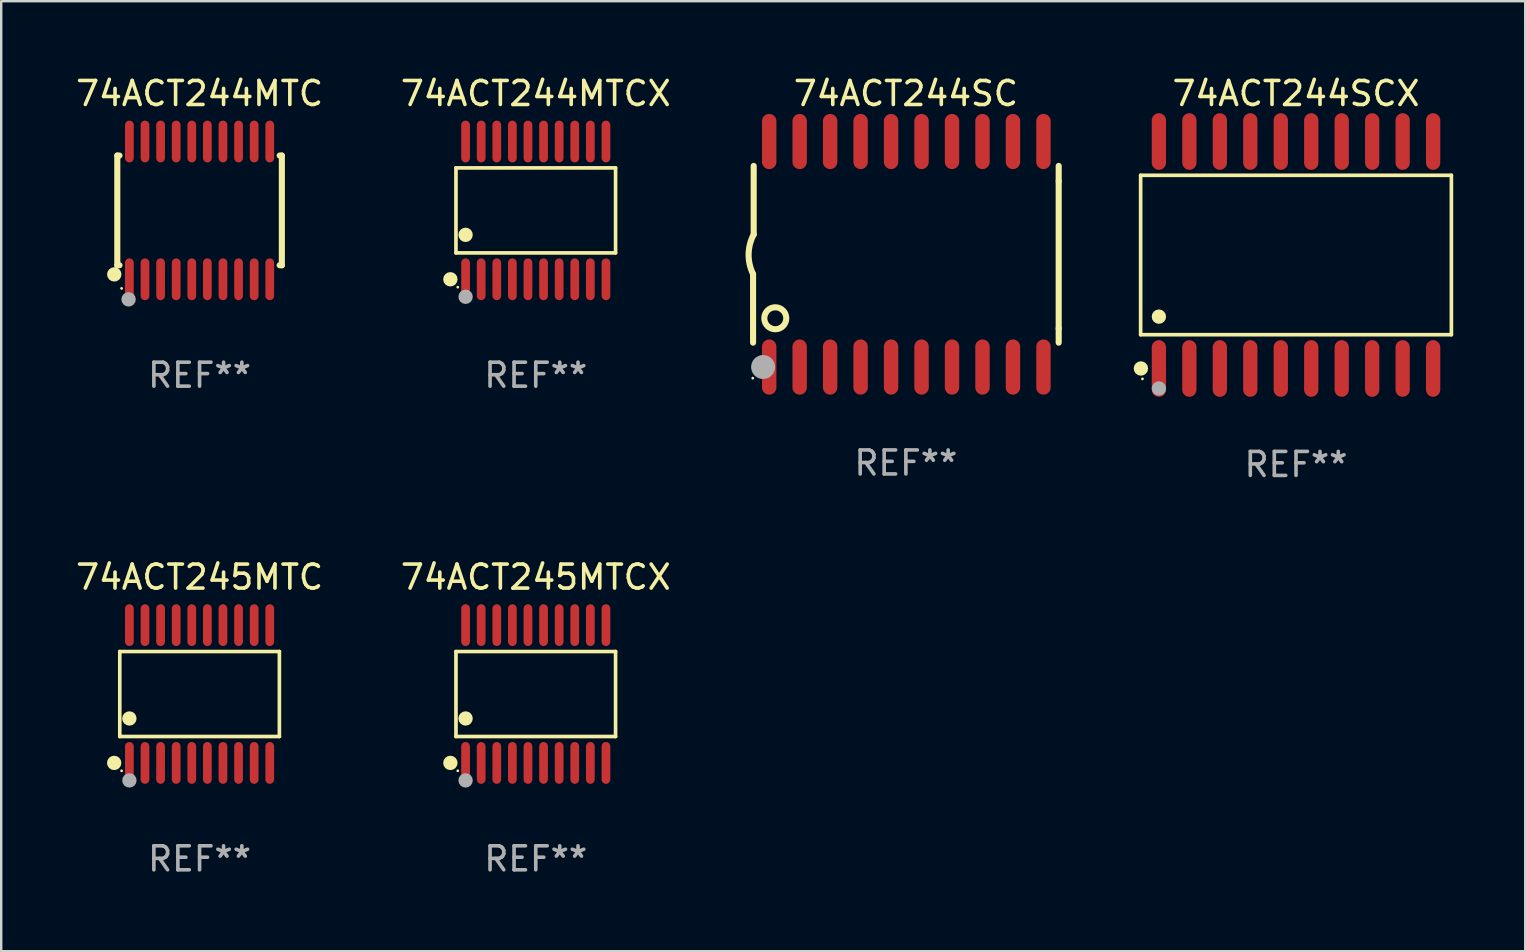
<source format=kicad_pcb>
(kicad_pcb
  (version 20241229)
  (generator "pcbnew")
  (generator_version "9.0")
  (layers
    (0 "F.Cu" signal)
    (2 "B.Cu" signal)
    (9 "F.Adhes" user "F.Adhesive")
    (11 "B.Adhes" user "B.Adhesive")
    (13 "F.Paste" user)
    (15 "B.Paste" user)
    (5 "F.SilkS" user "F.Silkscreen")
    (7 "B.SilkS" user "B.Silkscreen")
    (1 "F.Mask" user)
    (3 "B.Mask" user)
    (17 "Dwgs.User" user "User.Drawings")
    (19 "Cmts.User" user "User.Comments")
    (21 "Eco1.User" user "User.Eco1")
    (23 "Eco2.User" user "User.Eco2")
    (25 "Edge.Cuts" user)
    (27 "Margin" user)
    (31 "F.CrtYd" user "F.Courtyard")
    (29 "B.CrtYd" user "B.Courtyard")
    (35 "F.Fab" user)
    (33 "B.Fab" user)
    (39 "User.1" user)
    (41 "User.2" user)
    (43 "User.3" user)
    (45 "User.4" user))
  (footprint "74ACT245MTC"
    (layer "F.Cu")
    (at 5.268 25.876)
    (property "Reference" "74ACT245MTC" (at 0 -4.871 0) (layer "F.SilkS") (effects (font (size 1 1) (thickness 0.15))))
    (attr through_hole)
    (fp_line (start -3.326 -1.771) (end 3.326 -1.771) (stroke (width 0.152) (type solid)) (layer "F.SilkS"))
    (fp_line (start -3.326 1.771) (end -3.326 -1.771) (stroke (width 0.152) (type solid)) (layer "F.SilkS"))
    (fp_line (start 3.326 -1.771) (end 3.326 1.771) (stroke (width 0.152) (type solid)) (layer "F.SilkS"))
    (fp_line (start 3.326 1.771) (end -3.326 1.771) (stroke (width 0.152) (type solid)) (layer "F.SilkS"))
    (fp_circle (center -3.559 2.871) (end -3.409 2.871) (stroke (width 0.3) (type solid)) (fill no) (layer "F.SilkS"))
    (fp_circle (center -3.25 3.2) (end -3.22 3.2) (stroke (width 0.06) (type solid)) (fill no) (layer "F.SilkS"))
    (fp_circle (center -2.925 1.019) (end -2.775 1.019) (stroke (width 0.3) (type solid)) (fill no) (layer "F.SilkS"))
    (fp_circle (center -2.925 3.6) (end -2.775 3.6) (stroke (width 0.3) (type solid)) (fill no) (layer "F.Fab"))
    (fp_text user "REF**" (at 0 6.871 0) (layer "F.Fab") (effects (font (size 1 1) (thickness 0.15))))
    (pad "1" smd oval (at -2.925 2.871) (size 0.364 1.742) (layers "F.Cu" "F.Mask" "F.Paste"))
    (pad "2" smd oval (at -2.275 2.871) (size 0.364 1.742) (layers "F.Cu" "F.Mask" "F.Paste"))
    (pad "3" smd oval (at -1.625 2.871) (size 0.364 1.742) (layers "F.Cu" "F.Mask" "F.Paste"))
    (pad "4" smd oval (at -0.975 2.871) (size 0.364 1.742) (layers "F.Cu" "F.Mask" "F.Paste"))
    (pad "5" smd oval (at -0.325 2.871) (size 0.364 1.742) (layers "F.Cu" "F.Mask" "F.Paste"))
    (pad "6" smd oval (at 0.325 2.871) (size 0.364 1.742) (layers "F.Cu" "F.Mask" "F.Paste"))
    (pad "7" smd oval (at 0.975 2.871) (size 0.364 1.742) (layers "F.Cu" "F.Mask" "F.Paste"))
    (pad "8" smd oval (at 1.625 2.871) (size 0.364 1.742) (layers "F.Cu" "F.Mask" "F.Paste"))
    (pad "9" smd oval (at 2.275 2.871) (size 0.364 1.742) (layers "F.Cu" "F.Mask" "F.Paste"))
    (pad "10" smd oval (at 2.925 2.871) (size 0.364 1.742) (layers "F.Cu" "F.Mask" "F.Paste"))
    (pad "11" smd oval (at 2.925 -2.871) (size 0.364 1.742) (layers "F.Cu" "F.Mask" "F.Paste"))
    (pad "12" smd oval (at 2.275 -2.871) (size 0.364 1.742) (layers "F.Cu" "F.Mask" "F.Paste"))
    (pad "13" smd oval (at 1.625 -2.871) (size 0.364 1.742) (layers "F.Cu" "F.Mask" "F.Paste"))
    (pad "14" smd oval (at 0.975 -2.871) (size 0.364 1.742) (layers "F.Cu" "F.Mask" "F.Paste"))
    (pad "15" smd oval (at 0.325 -2.871) (size 0.364 1.742) (layers "F.Cu" "F.Mask" "F.Paste"))
    (pad "16" smd oval (at -0.325 -2.871) (size 0.364 1.742) (layers "F.Cu" "F.Mask" "F.Paste"))
    (pad "17" smd oval (at -0.975 -2.871) (size 0.364 1.742) (layers "F.Cu" "F.Mask" "F.Paste"))
    (pad "18" smd oval (at -1.625 -2.871) (size 0.364 1.742) (layers "F.Cu" "F.Mask" "F.Paste"))
    (pad "19" smd oval (at -2.275 -2.871) (size 0.364 1.742) (layers "F.Cu" "F.Mask" "F.Paste"))
    (pad "20" smd oval (at -2.925 -2.871) (size 0.364 1.742) (layers "F.Cu" "F.Mask" "F.Paste")))
  (footprint "74ACT244SCX"
    (layer "F.Cu")
    (at 50.966 7.578)
    (property "Reference" "74ACT244SCX" (at 0 -6.73 0) (layer "F.SilkS") (effects (font (size 1 1) (thickness 0.15))))
    (attr through_hole)
    (fp_line (start -6.476 -3.321) (end 6.476 -3.321) (stroke (width 0.152) (type solid)) (layer "F.SilkS"))
    (fp_line (start -6.476 3.321) (end -6.476 -3.321) (stroke (width 0.152) (type solid)) (layer "F.SilkS"))
    (fp_line (start 6.476 -3.321) (end 6.476 3.321) (stroke (width 0.152) (type solid)) (layer "F.SilkS"))
    (fp_line (start 6.476 3.321) (end -6.476 3.321) (stroke (width 0.152) (type solid)) (layer "F.SilkS"))
    (fp_circle (center -6.465 4.73) (end -6.315 4.73) (stroke (width 0.3) (type solid)) (fill no) (layer "F.SilkS"))
    (fp_circle (center -6.4 5.163) (end -6.37 5.163) (stroke (width 0.06) (type solid)) (fill no) (layer "F.SilkS"))
    (fp_circle (center -5.715 2.569) (end -5.565 2.569) (stroke (width 0.3) (type solid)) (fill no) (layer "F.SilkS"))
    (fp_circle (center -5.715 5.563) (end -5.565 5.563) (stroke (width 0.3) (type solid)) (fill no) (layer "F.Fab"))
    (fp_text user "REF**" (at 0 8.73 0) (layer "F.Fab") (effects (font (size 1 1) (thickness 0.15))))
    (pad "1" smd oval (at -5.715 4.73) (size 0.595 2.36) (layers "F.Cu" "F.Mask" "F.Paste"))
    (pad "2" smd oval (at -4.445 4.73) (size 0.595 2.36) (layers "F.Cu" "F.Mask" "F.Paste"))
    (pad "3" smd oval (at -3.175 4.73) (size 0.595 2.36) (layers "F.Cu" "F.Mask" "F.Paste"))
    (pad "4" smd oval (at -1.905 4.73) (size 0.595 2.36) (layers "F.Cu" "F.Mask" "F.Paste"))
    (pad "5" smd oval (at -0.635 4.73) (size 0.595 2.36) (layers "F.Cu" "F.Mask" "F.Paste"))
    (pad "6" smd oval (at 0.635 4.73) (size 0.595 2.36) (layers "F.Cu" "F.Mask" "F.Paste"))
    (pad "7" smd oval (at 1.905 4.73) (size 0.595 2.36) (layers "F.Cu" "F.Mask" "F.Paste"))
    (pad "8" smd oval (at 3.175 4.73) (size 0.595 2.36) (layers "F.Cu" "F.Mask" "F.Paste"))
    (pad "9" smd oval (at 4.445 4.73) (size 0.595 2.36) (layers "F.Cu" "F.Mask" "F.Paste"))
    (pad "10" smd oval (at 5.715 4.73) (size 0.595 2.36) (layers "F.Cu" "F.Mask" "F.Paste"))
    (pad "11" smd oval (at 5.715 -4.73) (size 0.595 2.36) (layers "F.Cu" "F.Mask" "F.Paste"))
    (pad "12" smd oval (at 4.445 -4.73) (size 0.595 2.36) (layers "F.Cu" "F.Mask" "F.Paste"))
    (pad "13" smd oval (at 3.175 -4.73) (size 0.595 2.36) (layers "F.Cu" "F.Mask" "F.Paste"))
    (pad "14" smd oval (at 1.905 -4.73) (size 0.595 2.36) (layers "F.Cu" "F.Mask" "F.Paste"))
    (pad "15" smd oval (at 0.635 -4.73) (size 0.595 2.36) (layers "F.Cu" "F.Mask" "F.Paste"))
    (pad "16" smd oval (at -0.635 -4.73) (size 0.595 2.36) (layers "F.Cu" "F.Mask" "F.Paste"))
    (pad "17" smd oval (at -1.905 -4.73) (size 0.595 2.36) (layers "F.Cu" "F.Mask" "F.Paste"))
    (pad "18" smd oval (at -3.175 -4.73) (size 0.595 2.36) (layers "F.Cu" "F.Mask" "F.Paste"))
    (pad "19" smd oval (at -4.445 -4.73) (size 0.595 2.36) (layers "F.Cu" "F.Mask" "F.Paste"))
    (pad "20" smd oval (at -5.715 -4.73) (size 0.595 2.36) (layers "F.Cu" "F.Mask" "F.Paste")))
  (footprint "74ACT244SC"
    (layer "F.Cu")
    (at 34.706 7.548)
    (property "Reference" "74ACT244SC" (at 0 -6.7 0) (layer "F.SilkS") (effects (font (size 1 1) (thickness 0.15))))
    (attr through_hole)
    (fp_line (start -6.369 0.826) (end -6.369 3.683) (stroke (width 0.254) (type solid)) (layer "F.SilkS"))
    (fp_line (start -6.343 -0.825) (end -6.343 -3.683) (stroke (width 0.254) (type solid)) (layer "F.SilkS"))
    (fp_line (start 6.369 -3.048) (end 6.369 -3.683) (stroke (width 0.254) (type solid)) (layer "F.SilkS"))
    (fp_line (start 6.369 -3.048) (end 6.369 3.096) (stroke (width 0.254) (type solid)) (layer "F.SilkS"))
    (fp_line (start 6.369 3.096) (end 6.369 3.683) (stroke (width 0.254) (type solid)) (layer "F.SilkS"))
    (fp_arc (start -6.36853 0.825552) (mid -6.554743 -0.00301) (end -6.343129 -0.825451) (stroke (width 0.254001) (type solid)) (layer "F.SilkS"))
    (fp_circle (center -6.382 5.163) (end -6.352 5.163) (stroke (width 0.06) (type solid)) (fill no) (layer "F.SilkS"))
    (fp_circle (center -5.443 2.667) (end -4.985 2.667) (stroke (width 0.254) (type solid)) (fill no) (layer "F.SilkS"))
    (fp_circle (center -5.951 4.699) (end -5.701 4.699) (stroke (width 0.5) (type solid)) (fill no) (layer "F.Fab"))
    (fp_text user "REF**" (at 0 8.7 0) (layer "F.Fab") (effects (font (size 1 1) (thickness 0.15))))
    (pad "1" smd oval (at -5.697 4.7 180) (size 0.6 2.3) (layers "F.Cu" "F.Mask" "F.Paste"))
    (pad "2" smd oval (at -4.427 4.7 180) (size 0.6 2.3) (layers "F.Cu" "F.Mask" "F.Paste"))
    (pad "3" smd oval (at -3.157 4.7 180) (size 0.6 2.3) (layers "F.Cu" "F.Mask" "F.Paste"))
    (pad "4" smd oval (at -1.887 4.7 180) (size 0.6 2.3) (layers "F.Cu" "F.Mask" "F.Paste"))
    (pad "5" smd oval (at -0.617 4.7 180) (size 0.6 2.3) (layers "F.Cu" "F.Mask" "F.Paste"))
    (pad "6" smd oval (at 0.653 4.7 180) (size 0.6 2.3) (layers "F.Cu" "F.Mask" "F.Paste"))
    (pad "7" smd oval (at 1.923 4.7 180) (size 0.6 2.3) (layers "F.Cu" "F.Mask" "F.Paste"))
    (pad "8" smd oval (at 3.193 4.7 180) (size 0.6 2.3) (layers "F.Cu" "F.Mask" "F.Paste"))
    (pad "9" smd oval (at 4.463 4.7 180) (size 0.6 2.3) (layers "F.Cu" "F.Mask" "F.Paste"))
    (pad "10" smd oval (at 5.734 4.7 180) (size 0.6 2.3) (layers "F.Cu" "F.Mask" "F.Paste"))
    (pad "11" smd oval (at 5.734 -4.7 180) (size 0.6 2.3) (layers "F.Cu" "F.Mask" "F.Paste"))
    (pad "12" smd oval (at 4.463 -4.7 180) (size 0.6 2.3) (layers "F.Cu" "F.Mask" "F.Paste"))
    (pad "13" smd oval (at 3.193 -4.7 180) (size 0.6 2.3) (layers "F.Cu" "F.Mask" "F.Paste"))
    (pad "14" smd oval (at 1.923 -4.7 180) (size 0.6 2.3) (layers "F.Cu" "F.Mask" "F.Paste"))
    (pad "15" smd oval (at 0.653 -4.7 180) (size 0.6 2.3) (layers "F.Cu" "F.Mask" "F.Paste"))
    (pad "16" smd oval (at -0.617 -4.7 180) (size 0.6 2.3) (layers "F.Cu" "F.Mask" "F.Paste"))
    (pad "17" smd oval (at -1.887 -4.7 180) (size 0.6 2.3) (layers "F.Cu" "F.Mask" "F.Paste"))
    (pad "18" smd oval (at -3.157 -4.7 180) (size 0.6 2.3) (layers "F.Cu" "F.Mask" "F.Paste"))
    (pad "19" smd oval (at -4.427 -4.7 180) (size 0.6 2.3) (layers "F.Cu" "F.Mask" "F.Paste"))
    (pad "20" smd oval (at -5.697 -4.7 180) (size 0.6 2.3) (layers "F.Cu" "F.Mask" "F.Paste")))
  (footprint "74ACT245MTCX"
    (layer "F.Cu")
    (at 19.28 25.876)
    (property "Reference" "74ACT245MTCX" (at 0 -4.871 0) (layer "F.SilkS") (effects (font (size 1 1) (thickness 0.15))))
    (attr through_hole)
    (fp_line (start -3.326 -1.771) (end 3.326 -1.771) (stroke (width 0.152) (type solid)) (layer "F.SilkS"))
    (fp_line (start -3.326 1.771) (end -3.326 -1.771) (stroke (width 0.152) (type solid)) (layer "F.SilkS"))
    (fp_line (start 3.326 -1.771) (end 3.326 1.771) (stroke (width 0.152) (type solid)) (layer "F.SilkS"))
    (fp_line (start 3.326 1.771) (end -3.326 1.771) (stroke (width 0.152) (type solid)) (layer "F.SilkS"))
    (fp_circle (center -3.559 2.871) (end -3.409 2.871) (stroke (width 0.3) (type solid)) (fill no) (layer "F.SilkS"))
    (fp_circle (center -3.25 3.2) (end -3.22 3.2) (stroke (width 0.06) (type solid)) (fill no) (layer "F.SilkS"))
    (fp_circle (center -2.925 1.019) (end -2.775 1.019) (stroke (width 0.3) (type solid)) (fill no) (layer "F.SilkS"))
    (fp_circle (center -2.925 3.6) (end -2.775 3.6) (stroke (width 0.3) (type solid)) (fill no) (layer "F.Fab"))
    (fp_text user "REF**" (at 0 6.871 0) (layer "F.Fab") (effects (font (size 1 1) (thickness 0.15))))
    (pad "1" smd oval (at -2.925 2.871) (size 0.364 1.742) (layers "F.Cu" "F.Mask" "F.Paste"))
    (pad "2" smd oval (at -2.275 2.871) (size 0.364 1.742) (layers "F.Cu" "F.Mask" "F.Paste"))
    (pad "3" smd oval (at -1.625 2.871) (size 0.364 1.742) (layers "F.Cu" "F.Mask" "F.Paste"))
    (pad "4" smd oval (at -0.975 2.871) (size 0.364 1.742) (layers "F.Cu" "F.Mask" "F.Paste"))
    (pad "5" smd oval (at -0.325 2.871) (size 0.364 1.742) (layers "F.Cu" "F.Mask" "F.Paste"))
    (pad "6" smd oval (at 0.325 2.871) (size 0.364 1.742) (layers "F.Cu" "F.Mask" "F.Paste"))
    (pad "7" smd oval (at 0.975 2.871) (size 0.364 1.742) (layers "F.Cu" "F.Mask" "F.Paste"))
    (pad "8" smd oval (at 1.625 2.871) (size 0.364 1.742) (layers "F.Cu" "F.Mask" "F.Paste"))
    (pad "9" smd oval (at 2.275 2.871) (size 0.364 1.742) (layers "F.Cu" "F.Mask" "F.Paste"))
    (pad "10" smd oval (at 2.925 2.871) (size 0.364 1.742) (layers "F.Cu" "F.Mask" "F.Paste"))
    (pad "11" smd oval (at 2.925 -2.871) (size 0.364 1.742) (layers "F.Cu" "F.Mask" "F.Paste"))
    (pad "12" smd oval (at 2.275 -2.871) (size 0.364 1.742) (layers "F.Cu" "F.Mask" "F.Paste"))
    (pad "13" smd oval (at 1.625 -2.871) (size 0.364 1.742) (layers "F.Cu" "F.Mask" "F.Paste"))
    (pad "14" smd oval (at 0.975 -2.871) (size 0.364 1.742) (layers "F.Cu" "F.Mask" "F.Paste"))
    (pad "15" smd oval (at 0.325 -2.871) (size 0.364 1.742) (layers "F.Cu" "F.Mask" "F.Paste"))
    (pad "16" smd oval (at -0.325 -2.871) (size 0.364 1.742) (layers "F.Cu" "F.Mask" "F.Paste"))
    (pad "17" smd oval (at -0.975 -2.871) (size 0.364 1.742) (layers "F.Cu" "F.Mask" "F.Paste"))
    (pad "18" smd oval (at -1.625 -2.871) (size 0.364 1.742) (layers "F.Cu" "F.Mask" "F.Paste"))
    (pad "19" smd oval (at -2.275 -2.871) (size 0.364 1.742) (layers "F.Cu" "F.Mask" "F.Paste"))
    (pad "20" smd oval (at -2.925 -2.871) (size 0.364 1.742) (layers "F.Cu" "F.Mask" "F.Paste")))
  (footprint "74ACT244MTCX"
    (layer "F.Cu")
    (at 19.28 5.719)
    (property "Reference" "74ACT244MTCX" (at 0 -4.871 0) (layer "F.SilkS") (effects (font (size 1 1) (thickness 0.15))))
    (attr through_hole)
    (fp_line (start -3.326 -1.771) (end 3.326 -1.771) (stroke (width 0.152) (type solid)) (layer "F.SilkS"))
    (fp_line (start -3.326 1.771) (end -3.326 -1.771) (stroke (width 0.152) (type solid)) (layer "F.SilkS"))
    (fp_line (start 3.326 -1.771) (end 3.326 1.771) (stroke (width 0.152) (type solid)) (layer "F.SilkS"))
    (fp_line (start 3.326 1.771) (end -3.326 1.771) (stroke (width 0.152) (type solid)) (layer "F.SilkS"))
    (fp_circle (center -3.559 2.871) (end -3.409 2.871) (stroke (width 0.3) (type solid)) (fill no) (layer "F.SilkS"))
    (fp_circle (center -3.25 3.2) (end -3.22 3.2) (stroke (width 0.06) (type solid)) (fill no) (layer "F.SilkS"))
    (fp_circle (center -2.925 1.019) (end -2.775 1.019) (stroke (width 0.3) (type solid)) (fill no) (layer "F.SilkS"))
    (fp_circle (center -2.925 3.6) (end -2.775 3.6) (stroke (width 0.3) (type solid)) (fill no) (layer "F.Fab"))
    (fp_text user "REF**" (at 0 6.871 0) (layer "F.Fab") (effects (font (size 1 1) (thickness 0.15))))
    (pad "1" smd oval (at -2.925 2.871) (size 0.364 1.742) (layers "F.Cu" "F.Mask" "F.Paste"))
    (pad "2" smd oval (at -2.275 2.871) (size 0.364 1.742) (layers "F.Cu" "F.Mask" "F.Paste"))
    (pad "3" smd oval (at -1.625 2.871) (size 0.364 1.742) (layers "F.Cu" "F.Mask" "F.Paste"))
    (pad "4" smd oval (at -0.975 2.871) (size 0.364 1.742) (layers "F.Cu" "F.Mask" "F.Paste"))
    (pad "5" smd oval (at -0.325 2.871) (size 0.364 1.742) (layers "F.Cu" "F.Mask" "F.Paste"))
    (pad "6" smd oval (at 0.325 2.871) (size 0.364 1.742) (layers "F.Cu" "F.Mask" "F.Paste"))
    (pad "7" smd oval (at 0.975 2.871) (size 0.364 1.742) (layers "F.Cu" "F.Mask" "F.Paste"))
    (pad "8" smd oval (at 1.625 2.871) (size 0.364 1.742) (layers "F.Cu" "F.Mask" "F.Paste"))
    (pad "9" smd oval (at 2.275 2.871) (size 0.364 1.742) (layers "F.Cu" "F.Mask" "F.Paste"))
    (pad "10" smd oval (at 2.925 2.871) (size 0.364 1.742) (layers "F.Cu" "F.Mask" "F.Paste"))
    (pad "11" smd oval (at 2.925 -2.871) (size 0.364 1.742) (layers "F.Cu" "F.Mask" "F.Paste"))
    (pad "12" smd oval (at 2.275 -2.871) (size 0.364 1.742) (layers "F.Cu" "F.Mask" "F.Paste"))
    (pad "13" smd oval (at 1.625 -2.871) (size 0.364 1.742) (layers "F.Cu" "F.Mask" "F.Paste"))
    (pad "14" smd oval (at 0.975 -2.871) (size 0.364 1.742) (layers "F.Cu" "F.Mask" "F.Paste"))
    (pad "15" smd oval (at 0.325 -2.871) (size 0.364 1.742) (layers "F.Cu" "F.Mask" "F.Paste"))
    (pad "16" smd oval (at -0.325 -2.871) (size 0.364 1.742) (layers "F.Cu" "F.Mask" "F.Paste"))
    (pad "17" smd oval (at -0.975 -2.871) (size 0.364 1.742) (layers "F.Cu" "F.Mask" "F.Paste"))
    (pad "18" smd oval (at -1.625 -2.871) (size 0.364 1.742) (layers "F.Cu" "F.Mask" "F.Paste"))
    (pad "19" smd oval (at -2.275 -2.871) (size 0.364 1.742) (layers "F.Cu" "F.Mask" "F.Paste"))
    (pad "20" smd oval (at -2.925 -2.871) (size 0.364 1.742) (layers "F.Cu" "F.Mask" "F.Paste")))
  (footprint "74ACT244MTC"
    (layer "F.Cu")
    (at 5.268 5.719)
    (property "Reference" "74ACT244MTC" (at 0 -4.871 0) (layer "F.SilkS") (effects (font (size 1 1) (thickness 0.15))))
    (attr through_hole)
    (fp_line (start -3.429 -2.286) (end -3.429 2.286) (stroke (width 0.254) (type solid)) (layer "F.SilkS"))
    (fp_line (start -3.429 2.286) (end -3.338 2.286) (stroke (width 0.254) (type solid)) (layer "F.SilkS"))
    (fp_line (start -3.338 -2.286) (end -3.429 -2.286) (stroke (width 0.254) (type solid)) (layer "F.SilkS"))
    (fp_line (start 3.338 -2.286) (end 3.429 -2.286) (stroke (width 0.254) (type solid)) (layer "F.SilkS"))
    (fp_line (start 3.429 -2.286) (end 3.429 2.286) (stroke (width 0.254) (type solid)) (layer "F.SilkS"))
    (fp_line (start 3.429 2.286) (end 3.338 2.286) (stroke (width 0.254) (type solid)) (layer "F.SilkS"))
    (fp_circle (center -3.556 2.667) (end -3.406 2.667) (stroke (width 0.3) (type solid)) (fill no) (layer "F.SilkS"))
    (fp_circle (center -3.25 3.25) (end -3.22 3.25) (stroke (width 0.06) (type solid)) (fill no) (layer "F.SilkS"))
    (fp_circle (center -2.959 3.707) (end -2.808 3.707) (stroke (width 0.3) (type solid)) (fill no) (layer "F.Fab"))
    (fp_text user "REF**" (at 0 6.871 0) (layer "F.Fab") (effects (font (size 1 1) (thickness 0.15))))
    (pad "1" smd oval (at -2.925 2.871) (size 0.364 1.742) (layers "F.Cu" "F.Mask" "F.Paste"))
    (pad "2" smd oval (at -2.275 2.871) (size 0.364 1.742) (layers "F.Cu" "F.Mask" "F.Paste"))
    (pad "3" smd oval (at -1.625 2.871) (size 0.364 1.742) (layers "F.Cu" "F.Mask" "F.Paste"))
    (pad "4" smd oval (at -0.975 2.871) (size 0.364 1.742) (layers "F.Cu" "F.Mask" "F.Paste"))
    (pad "5" smd oval (at -0.325 2.871) (size 0.364 1.742) (layers "F.Cu" "F.Mask" "F.Paste"))
    (pad "6" smd oval (at 0.325 2.871) (size 0.364 1.742) (layers "F.Cu" "F.Mask" "F.Paste"))
    (pad "7" smd oval (at 0.975 2.871) (size 0.364 1.742) (layers "F.Cu" "F.Mask" "F.Paste"))
    (pad "8" smd oval (at 1.625 2.871) (size 0.364 1.742) (layers "F.Cu" "F.Mask" "F.Paste"))
    (pad "9" smd oval (at 2.275 2.871) (size 0.364 1.742) (layers "F.Cu" "F.Mask" "F.Paste"))
    (pad "10" smd oval (at 2.925 2.871) (size 0.364 1.742) (layers "F.Cu" "F.Mask" "F.Paste"))
    (pad "11" smd oval (at 2.925 -2.871) (size 0.364 1.742) (layers "F.Cu" "F.Mask" "F.Paste"))
    (pad "12" smd oval (at 2.275 -2.871) (size 0.364 1.742) (layers "F.Cu" "F.Mask" "F.Paste"))
    (pad "13" smd oval (at 1.625 -2.871) (size 0.364 1.742) (layers "F.Cu" "F.Mask" "F.Paste"))
    (pad "14" smd oval (at 0.975 -2.871) (size 0.364 1.742) (layers "F.Cu" "F.Mask" "F.Paste"))
    (pad "15" smd oval (at 0.325 -2.871) (size 0.364 1.742) (layers "F.Cu" "F.Mask" "F.Paste"))
    (pad "16" smd oval (at -0.325 -2.871) (size 0.364 1.742) (layers "F.Cu" "F.Mask" "F.Paste"))
    (pad "17" smd oval (at -0.975 -2.871) (size 0.364 1.742) (layers "F.Cu" "F.Mask" "F.Paste"))
    (pad "18" smd oval (at -1.625 -2.871) (size 0.364 1.742) (layers "F.Cu" "F.Mask" "F.Paste"))
    (pad "19" smd oval (at -2.275 -2.871) (size 0.364 1.742) (layers "F.Cu" "F.Mask" "F.Paste"))
    (pad "20" smd oval (at -2.925 -2.871) (size 0.364 1.742) (layers "F.Cu" "F.Mask" "F.Paste")))
  (gr_rect
    (start -3 -3)
    (end 60.519 36.595)
    (stroke (width 0.1) (type default))
    (fill no)
    (layer "Edge.Cuts")))
</source>
